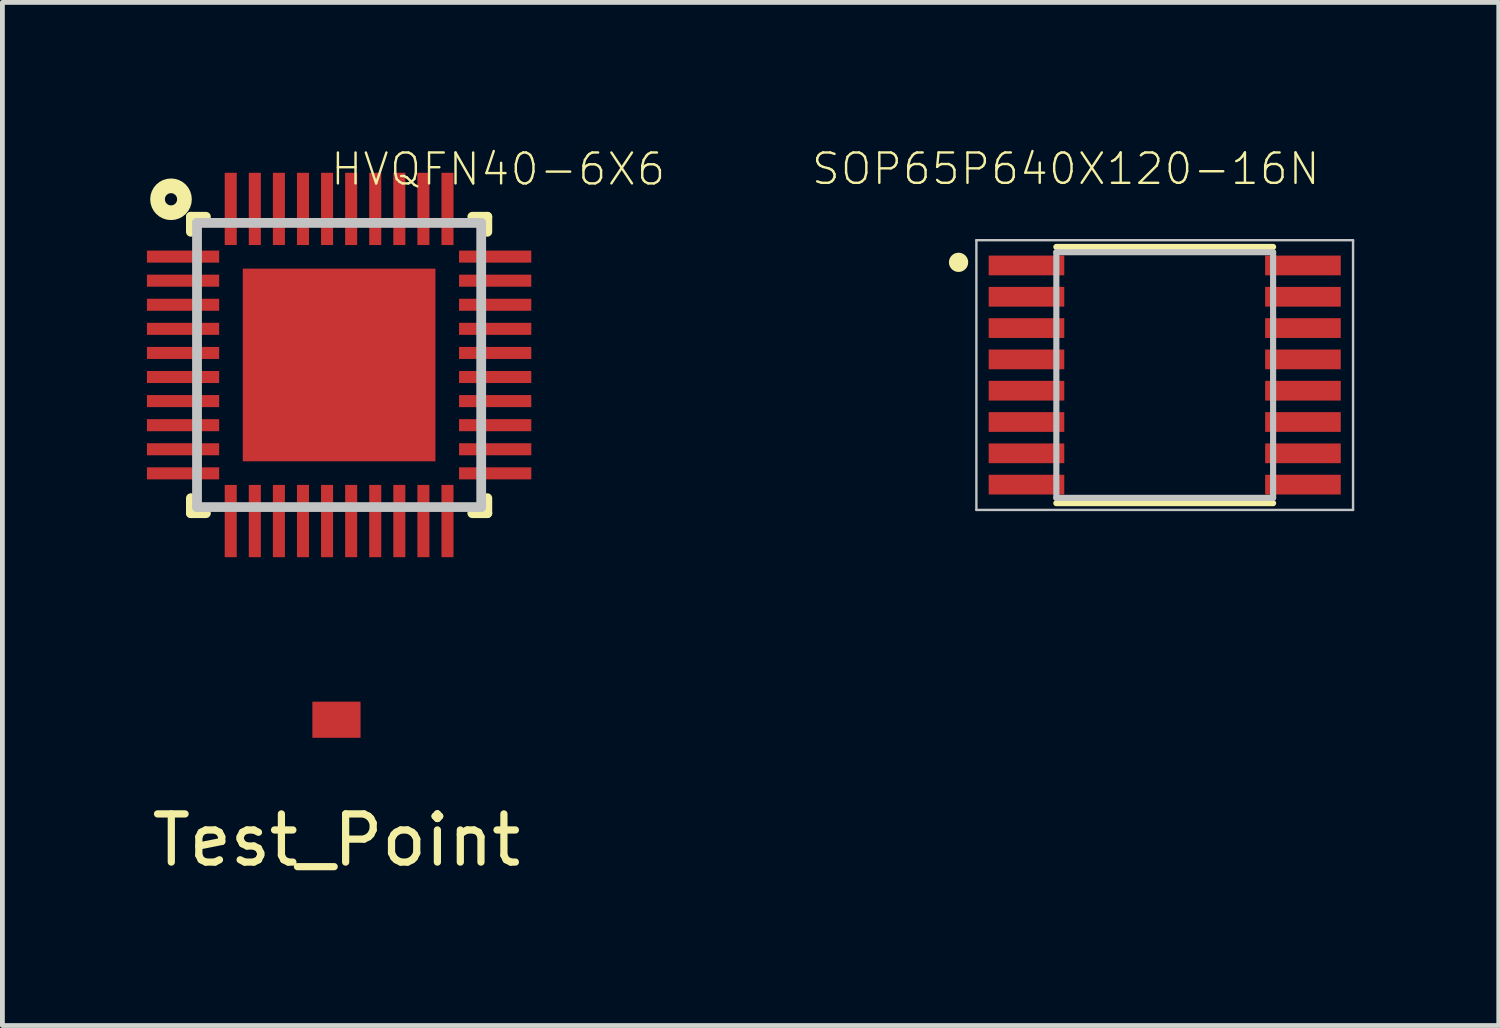
<source format=kicad_pcb>
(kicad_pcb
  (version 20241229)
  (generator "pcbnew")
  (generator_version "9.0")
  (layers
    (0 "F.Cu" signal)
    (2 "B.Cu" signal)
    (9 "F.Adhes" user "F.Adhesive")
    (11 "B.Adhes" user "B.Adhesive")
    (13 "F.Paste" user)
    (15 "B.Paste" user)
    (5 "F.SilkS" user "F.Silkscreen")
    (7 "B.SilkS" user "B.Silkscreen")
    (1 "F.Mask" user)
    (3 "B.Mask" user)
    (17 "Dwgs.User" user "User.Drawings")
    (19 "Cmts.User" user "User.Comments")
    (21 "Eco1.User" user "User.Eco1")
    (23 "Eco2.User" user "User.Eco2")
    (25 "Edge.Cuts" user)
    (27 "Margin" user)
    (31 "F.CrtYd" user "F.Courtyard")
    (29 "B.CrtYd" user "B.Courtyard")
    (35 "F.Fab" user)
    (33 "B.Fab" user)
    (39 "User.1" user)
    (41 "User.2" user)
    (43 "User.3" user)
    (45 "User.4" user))
  (footprint "HVQFN40-6X6"
    (layer "F.Cu")
    (at 3.99 4.527)
    (property "Reference" "HVQFN40-6X6" (at 3.302 -4.064 0) (layer "F.SilkS") (effects (font (size 0.641 0.641) (thickness 0.05))))
    (attr smd)
    (fp_line (start -3.077 -3.077) (end -3.077 -2.765) (stroke (width 0.203) (type solid)) (layer "F.SilkS"))
    (fp_line (start -3.077 -3.077) (end -2.765 -3.077) (stroke (width 0.203) (type solid)) (layer "F.SilkS"))
    (fp_line (start -3.077 2.765) (end -3.077 3.077) (stroke (width 0.203) (type solid)) (layer "F.SilkS"))
    (fp_line (start -3.077 3.077) (end -2.765 3.077) (stroke (width 0.203) (type solid)) (layer "F.SilkS"))
    (fp_line (start 2.765 -3.077) (end 3.077 -3.077) (stroke (width 0.203) (type solid)) (layer "F.SilkS"))
    (fp_line (start 2.765 3.077) (end 3.077 3.077) (stroke (width 0.203) (type solid)) (layer "F.SilkS"))
    (fp_line (start 3.077 -2.765) (end 3.077 -3.077) (stroke (width 0.203) (type solid)) (layer "F.SilkS"))
    (fp_line (start 3.077 3.077) (end 3.077 2.765) (stroke (width 0.203) (type solid)) (layer "F.SilkS"))
    (fp_circle (center -3.49 -3.44) (end -3.363 -3.44) (stroke (width 0.305) (type solid)) (fill no) (layer "F.SilkS"))
    (fp_poly (pts (xy -1.803 -1.8) (xy -0.8 -1.8) (xy -0.8 -0.801) (xy -1.803 -0.801)) (stroke (width 0.381) (type solid)) (fill yes) (layer "F.Paste"))
    (fp_poly (pts (xy -1.802 -0.5) (xy -0.8 -0.5) (xy -0.8 0.5) (xy -1.802 0.5)) (stroke (width 0.381) (type solid)) (fill yes) (layer "F.Paste"))
    (fp_poly (pts (xy -1.802 0.8) (xy -0.8 0.8) (xy -0.8 1.802) (xy -1.802 1.802)) (stroke (width 0.381) (type solid)) (fill yes) (layer "F.Paste"))
    (fp_poly (pts (xy -0.5 -1.8) (xy 0.5 -1.8) (xy 0.5 -0.801) (xy -0.5 -0.801)) (stroke (width 0.381) (type solid)) (fill yes) (layer "F.Paste"))
    (fp_poly (pts (xy -0.5 -0.5) (xy 0.5 -0.5) (xy 0.5 0.5) (xy -0.5 0.5)) (stroke (width 0.381) (type solid)) (fill yes) (layer "F.Paste"))
    (fp_poly (pts (xy -0.5 0.8) (xy 0.5 0.8) (xy 0.5 1.801) (xy -0.5 1.801)) (stroke (width 0.381) (type solid)) (fill yes) (layer "F.Paste"))
    (fp_poly (pts (xy 0.801 -1.8) (xy 1.8 -1.8) (xy 1.8 -0.801) (xy 0.801 -0.801)) (stroke (width 0.381) (type solid)) (fill yes) (layer "F.Paste"))
    (fp_poly (pts (xy 0.801 0.8) (xy 1.8 0.8) (xy 1.8 1.803) (xy 0.801 1.803)) (stroke (width 0.381) (type solid)) (fill yes) (layer "F.Paste"))
    (fp_poly (pts (xy 0.801 -0.5) (xy 1.8 -0.5) (xy 1.8 0.501) (xy 0.801 0.501)) (stroke (width 0.381) (type solid)) (fill yes) (layer "F.Paste"))
    (fp_line (start -2.95 -2.95) (end -2.95 2.95) (stroke (width 0.203) (type solid)) (layer "Dwgs.User"))
    (fp_line (start -2.95 -2.95) (end 2.95 -2.95) (stroke (width 0.203) (type solid)) (layer "Dwgs.User"))
    (fp_line (start -2.95 2.95) (end 2.95 2.95) (stroke (width 0.203) (type solid)) (layer "Dwgs.User"))
    (fp_line (start 2.95 2.95) (end 2.95 -2.95) (stroke (width 0.203) (type solid)) (layer "Dwgs.User"))
    (pad "1" smd rect (at -3.24 -2.25 90) (size 0.25 1.5) (layers "F.Cu" "F.Mask" "F.Paste"))
    (pad "2" smd rect (at -3.24 -1.75 90) (size 0.25 1.5) (layers "F.Cu" "F.Mask" "F.Paste"))
    (pad "3" smd rect (at -3.24 -1.25 90) (size 0.25 1.5) (layers "F.Cu" "F.Mask" "F.Paste"))
    (pad "4" smd rect (at -3.24 -0.75 90) (size 0.25 1.5) (layers "F.Cu" "F.Mask" "F.Paste"))
    (pad "5" smd rect (at -3.24 -0.25 90) (size 0.25 1.5) (layers "F.Cu" "F.Mask" "F.Paste"))
    (pad "6" smd rect (at -3.24 0.25 90) (size 0.25 1.5) (layers "F.Cu" "F.Mask" "F.Paste"))
    (pad "7" smd rect (at -3.24 0.75 90) (size 0.25 1.5) (layers "F.Cu" "F.Mask" "F.Paste"))
    (pad "8" smd rect (at -3.24 1.25 90) (size 0.25 1.5) (layers "F.Cu" "F.Mask" "F.Paste"))
    (pad "9" smd rect (at -3.24 1.75 90) (size 0.25 1.5) (layers "F.Cu" "F.Mask" "F.Paste"))
    (pad "10" smd rect (at -3.24 2.25 90) (size 0.25 1.5) (layers "F.Cu" "F.Mask" "F.Paste"))
    (pad "11" smd rect (at -2.25 3.24 180) (size 0.25 1.5) (layers "F.Cu" "F.Mask" "F.Paste"))
    (pad "12" smd rect (at -1.75 3.24 180) (size 0.25 1.5) (layers "F.Cu" "F.Mask" "F.Paste"))
    (pad "13" smd rect (at -1.25 3.24 180) (size 0.25 1.5) (layers "F.Cu" "F.Mask" "F.Paste"))
    (pad "14" smd rect (at -0.75 3.24 180) (size 0.25 1.5) (layers "F.Cu" "F.Mask" "F.Paste"))
    (pad "15" smd rect (at -0.25 3.24 180) (size 0.25 1.5) (layers "F.Cu" "F.Mask" "F.Paste"))
    (pad "16" smd rect (at 0.25 3.24 180) (size 0.25 1.5) (layers "F.Cu" "F.Mask" "F.Paste"))
    (pad "17" smd rect (at 0.75 3.24 180) (size 0.25 1.5) (layers "F.Cu" "F.Mask" "F.Paste"))
    (pad "18" smd rect (at 1.25 3.24 180) (size 0.25 1.5) (layers "F.Cu" "F.Mask" "F.Paste"))
    (pad "19" smd rect (at 1.75 3.24 180) (size 0.25 1.5) (layers "F.Cu" "F.Mask" "F.Paste"))
    (pad "20" smd rect (at 2.25 3.24 180) (size 0.25 1.5) (layers "F.Cu" "F.Mask" "F.Paste"))
    (pad "21" smd rect (at 3.24 2.25 270) (size 0.25 1.5) (layers "F.Cu" "F.Mask" "F.Paste"))
    (pad "22" smd rect (at 3.24 1.75 270) (size 0.25 1.5) (layers "F.Cu" "F.Mask" "F.Paste"))
    (pad "23" smd rect (at 3.24 1.25 270) (size 0.25 1.5) (layers "F.Cu" "F.Mask" "F.Paste"))
    (pad "24" smd rect (at 3.24 0.75 270) (size 0.25 1.5) (layers "F.Cu" "F.Mask" "F.Paste"))
    (pad "25" smd rect (at 3.24 0.25 270) (size 0.25 1.5) (layers "F.Cu" "F.Mask" "F.Paste"))
    (pad "26" smd rect (at 3.24 -0.25 270) (size 0.25 1.5) (layers "F.Cu" "F.Mask" "F.Paste"))
    (pad "27" smd rect (at 3.24 -0.75 270) (size 0.25 1.5) (layers "F.Cu" "F.Mask" "F.Paste"))
    (pad "28" smd rect (at 3.24 -1.25 270) (size 0.25 1.5) (layers "F.Cu" "F.Mask" "F.Paste"))
    (pad "29" smd rect (at 3.24 -1.75 270) (size 0.25 1.5) (layers "F.Cu" "F.Mask" "F.Paste"))
    (pad "30" smd rect (at 3.24 -2.25 270) (size 0.25 1.5) (layers "F.Cu" "F.Mask" "F.Paste"))
    (pad "31" smd rect (at 2.25 -3.24) (size 0.25 1.5) (layers "F.Cu" "F.Mask" "F.Paste"))
    (pad "32" smd rect (at 1.75 -3.24) (size 0.25 1.5) (layers "F.Cu" "F.Mask" "F.Paste"))
    (pad "33" smd rect (at 1.25 -3.24) (size 0.25 1.5) (layers "F.Cu" "F.Mask" "F.Paste"))
    (pad "34" smd rect (at 0.75 -3.24) (size 0.25 1.5) (layers "F.Cu" "F.Mask" "F.Paste"))
    (pad "35" smd rect (at 0.25 -3.24) (size 0.25 1.5) (layers "F.Cu" "F.Mask" "F.Paste"))
    (pad "36" smd rect (at -0.25 -3.24) (size 0.25 1.5) (layers "F.Cu" "F.Mask" "F.Paste"))
    (pad "37" smd rect (at -0.75 -3.24) (size 0.25 1.5) (layers "F.Cu" "F.Mask" "F.Paste"))
    (pad "38" smd rect (at -1.25 -3.24) (size 0.25 1.5) (layers "F.Cu" "F.Mask" "F.Paste"))
    (pad "39" smd rect (at -1.75 -3.24) (size 0.25 1.5) (layers "F.Cu" "F.Mask" "F.Paste"))
    (pad "40" smd rect (at -2.25 -3.24) (size 0.25 1.5) (layers "F.Cu" "F.Mask" "F.Paste"))
    (pad "TP" smd rect (at 0 0) (size 4 4) (layers "F.Cu" "F.Mask" "F.Paste")))
  (footprint "SOP65P640X120-16N"
    (layer "F.Cu")
    (at 21.13 4.736)
    (property "Reference" "SOP65P640X120-16N" (at -2.055 -4.28 0) (layer "F.SilkS") (effects (font (size 0.63 0.63) (thickness 0.05))))
    (attr smd)
    (fp_line (start -2.25 2.66) (end 2.25 2.66) (stroke (width 0.127) (type solid)) (layer "F.SilkS"))
    (fp_line (start 2.25 -2.66) (end -2.25 -2.66) (stroke (width 0.127) (type solid)) (layer "F.SilkS"))
    (fp_circle (center -4.28 -2.34) (end -4.18 -2.34) (stroke (width 0.2) (type solid)) (fill no) (layer "F.SilkS"))
    (fp_line (start -3.91 -2.8) (end 3.91 -2.8) (stroke (width 0.05) (type solid)) (layer "Dwgs.User"))
    (fp_line (start -3.91 2.8) (end -3.91 -2.8) (stroke (width 0.05) (type solid)) (layer "Dwgs.User"))
    (fp_line (start -2.25 -2.55) (end -2.25 2.55) (stroke (width 0.127) (type solid)) (layer "Dwgs.User"))
    (fp_line (start -2.25 2.55) (end 2.25 2.55) (stroke (width 0.127) (type solid)) (layer "Dwgs.User"))
    (fp_line (start 2.25 -2.55) (end -2.25 -2.55) (stroke (width 0.127) (type solid)) (layer "Dwgs.User"))
    (fp_line (start 2.25 2.55) (end 2.25 -2.55) (stroke (width 0.127) (type solid)) (layer "Dwgs.User"))
    (fp_line (start 3.91 -2.8) (end 3.91 2.8) (stroke (width 0.05) (type solid)) (layer "Dwgs.User"))
    (fp_line (start 3.91 2.8) (end -3.91 2.8) (stroke (width 0.05) (type solid)) (layer "Dwgs.User"))
    (pad "1" smd rect (at -2.87 -2.275) (size 1.57 0.41) (layers "F.Cu" "F.Mask" "F.Paste"))
    (pad "2" smd rect (at -2.87 -1.625) (size 1.57 0.41) (layers "F.Cu" "F.Mask" "F.Paste"))
    (pad "3" smd rect (at -2.87 -0.975) (size 1.57 0.41) (layers "F.Cu" "F.Mask" "F.Paste"))
    (pad "4" smd rect (at -2.87 -0.325) (size 1.57 0.41) (layers "F.Cu" "F.Mask" "F.Paste"))
    (pad "5" smd rect (at -2.87 0.325) (size 1.57 0.41) (layers "F.Cu" "F.Mask" "F.Paste"))
    (pad "6" smd rect (at -2.87 0.975) (size 1.57 0.41) (layers "F.Cu" "F.Mask" "F.Paste"))
    (pad "7" smd rect (at -2.87 1.625) (size 1.57 0.41) (layers "F.Cu" "F.Mask" "F.Paste"))
    (pad "8" smd rect (at -2.87 2.275) (size 1.57 0.41) (layers "F.Cu" "F.Mask" "F.Paste"))
    (pad "9" smd rect (at 2.87 2.275) (size 1.57 0.41) (layers "F.Cu" "F.Mask" "F.Paste"))
    (pad "10" smd rect (at 2.87 1.625) (size 1.57 0.41) (layers "F.Cu" "F.Mask" "F.Paste"))
    (pad "11" smd rect (at 2.87 0.975) (size 1.57 0.41) (layers "F.Cu" "F.Mask" "F.Paste"))
    (pad "12" smd rect (at 2.87 0.325) (size 1.57 0.41) (layers "F.Cu" "F.Mask" "F.Paste"))
    (pad "13" smd rect (at 2.87 -0.325) (size 1.57 0.41) (layers "F.Cu" "F.Mask" "F.Paste"))
    (pad "14" smd rect (at 2.87 -0.975) (size 1.57 0.41) (layers "F.Cu" "F.Mask" "F.Paste"))
    (pad "15" smd rect (at 2.87 -1.625) (size 1.57 0.41) (layers "F.Cu" "F.Mask" "F.Paste"))
    (pad "16" smd rect (at 2.87 -2.275) (size 1.57 0.41) (layers "F.Cu" "F.Mask" "F.Paste")))
  (footprint "Test_Point"
    (layer "F.Cu")
    (at 3.935 11.892)
    (property "Reference" "Test_Point" (at 0 2.5 0) (layer "F.SilkS") (effects (font (size 1 1) (thickness 0.15))))
    (attr through_hole)
    (pad "1" smd rect (at 0 0 90) (size 0.75 1) (layers "F.Cu" "F.Mask" "F.Paste")))
  (gr_rect
    (start -3 -3)
    (end 28.065 18.24)
    (stroke (width 0.1) (type default))
    (fill no)
    (layer "Edge.Cuts")))
</source>
